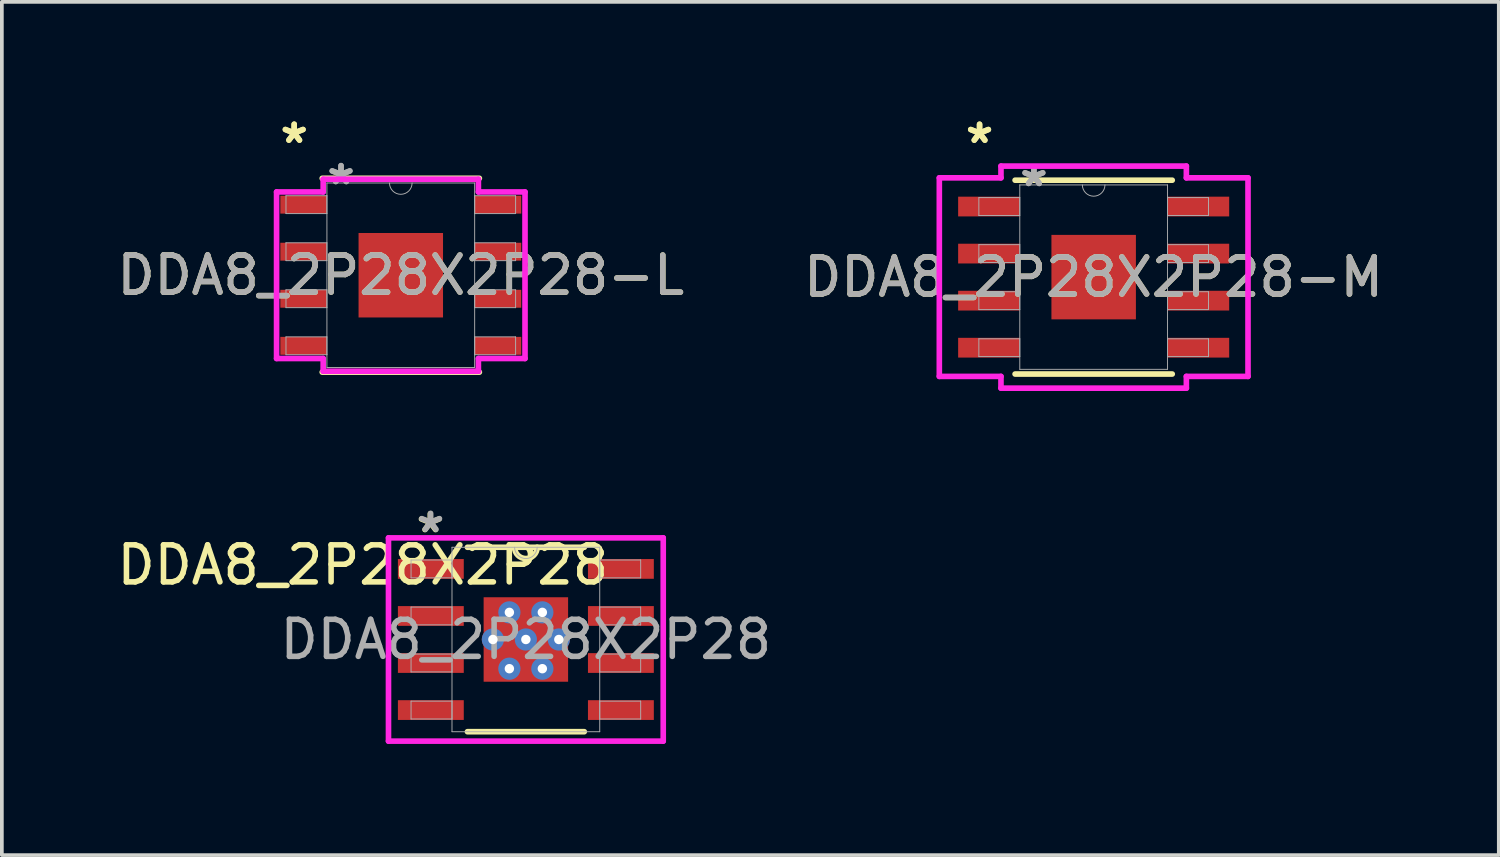
<source format=kicad_pcb>
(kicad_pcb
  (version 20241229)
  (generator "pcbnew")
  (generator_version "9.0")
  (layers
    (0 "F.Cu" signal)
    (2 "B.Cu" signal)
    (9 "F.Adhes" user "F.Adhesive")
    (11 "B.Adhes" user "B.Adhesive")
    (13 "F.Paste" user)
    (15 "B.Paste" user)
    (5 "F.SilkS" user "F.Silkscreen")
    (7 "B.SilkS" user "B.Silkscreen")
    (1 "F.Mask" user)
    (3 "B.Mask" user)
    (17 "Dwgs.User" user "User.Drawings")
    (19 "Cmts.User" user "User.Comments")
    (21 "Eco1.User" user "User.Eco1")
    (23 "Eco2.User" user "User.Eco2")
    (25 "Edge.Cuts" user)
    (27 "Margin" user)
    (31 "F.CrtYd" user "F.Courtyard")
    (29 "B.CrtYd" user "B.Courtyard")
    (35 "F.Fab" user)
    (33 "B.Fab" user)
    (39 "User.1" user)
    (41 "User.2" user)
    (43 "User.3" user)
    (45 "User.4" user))
  (footprint "DDA8_2P28X2P28-M"
    (layer "F.Cu")
    (at 26.47 4.43)
    (property "Reference" "DDA8_2P28X2P28-M" (at 0 0 0) (unlocked yes) (layer "F.SilkS") (effects (font (size 1 1) (thickness 0.15))))
    (attr smd)
    (fp_line (start -2.121 2.616) (end 2.121 2.616) (stroke (width 0.152) (type solid)) (layer "F.SilkS"))
    (fp_line (start 2.121 -2.616) (end -2.121 -2.616) (stroke (width 0.152) (type solid)) (layer "F.SilkS"))
    (fp_line (start -4.166 -2.68) (end -2.502 -2.68) (stroke (width 0.152) (type solid)) (layer "F.CrtYd"))
    (fp_line (start -4.166 2.68) (end -4.166 -2.68) (stroke (width 0.152) (type solid)) (layer "F.CrtYd"))
    (fp_line (start -4.166 2.68) (end -2.502 2.68) (stroke (width 0.152) (type solid)) (layer "F.CrtYd"))
    (fp_line (start -2.502 -2.997) (end 2.502 -2.997) (stroke (width 0.152) (type solid)) (layer "F.CrtYd"))
    (fp_line (start -2.502 -2.68) (end -2.502 -2.997) (stroke (width 0.152) (type solid)) (layer "F.CrtYd"))
    (fp_line (start -2.502 2.997) (end -2.502 2.68) (stroke (width 0.152) (type solid)) (layer "F.CrtYd"))
    (fp_line (start 2.502 -2.997) (end 2.502 -2.68) (stroke (width 0.152) (type solid)) (layer "F.CrtYd"))
    (fp_line (start 2.502 2.68) (end 2.502 2.997) (stroke (width 0.152) (type solid)) (layer "F.CrtYd"))
    (fp_line (start 2.502 2.997) (end -2.502 2.997) (stroke (width 0.152) (type solid)) (layer "F.CrtYd"))
    (fp_line (start 4.166 -2.68) (end 2.502 -2.68) (stroke (width 0.152) (type solid)) (layer "F.CrtYd"))
    (fp_line (start 4.166 -2.68) (end 4.166 2.68) (stroke (width 0.152) (type solid)) (layer "F.CrtYd"))
    (fp_line (start 4.166 2.68) (end 2.502 2.68) (stroke (width 0.152) (type solid)) (layer "F.CrtYd"))
    (fp_line (start -3.099 -2.146) (end -3.099 -1.664) (stroke (width 0.025) (type solid)) (layer "F.Fab"))
    (fp_line (start -3.099 -1.664) (end -1.994 -1.664) (stroke (width 0.025) (type solid)) (layer "F.Fab"))
    (fp_line (start -3.099 -0.876) (end -3.099 -0.394) (stroke (width 0.025) (type solid)) (layer "F.Fab"))
    (fp_line (start -3.099 -0.394) (end -1.994 -0.394) (stroke (width 0.025) (type solid)) (layer "F.Fab"))
    (fp_line (start -3.099 0.394) (end -3.099 0.876) (stroke (width 0.025) (type solid)) (layer "F.Fab"))
    (fp_line (start -3.099 0.876) (end -1.994 0.876) (stroke (width 0.025) (type solid)) (layer "F.Fab"))
    (fp_line (start -3.099 1.664) (end -3.099 2.146) (stroke (width 0.025) (type solid)) (layer "F.Fab"))
    (fp_line (start -3.099 2.146) (end -1.994 2.146) (stroke (width 0.025) (type solid)) (layer "F.Fab"))
    (fp_line (start -1.994 -2.489) (end -1.994 2.489) (stroke (width 0.025) (type solid)) (layer "F.Fab"))
    (fp_line (start -1.994 -2.146) (end -3.099 -2.146) (stroke (width 0.025) (type solid)) (layer "F.Fab"))
    (fp_line (start -1.994 -1.664) (end -1.994 -2.146) (stroke (width 0.025) (type solid)) (layer "F.Fab"))
    (fp_line (start -1.994 -0.876) (end -3.099 -0.876) (stroke (width 0.025) (type solid)) (layer "F.Fab"))
    (fp_line (start -1.994 -0.394) (end -1.994 -0.876) (stroke (width 0.025) (type solid)) (layer "F.Fab"))
    (fp_line (start -1.994 0.394) (end -3.099 0.394) (stroke (width 0.025) (type solid)) (layer "F.Fab"))
    (fp_line (start -1.994 0.876) (end -1.994 0.394) (stroke (width 0.025) (type solid)) (layer "F.Fab"))
    (fp_line (start -1.994 1.664) (end -3.099 1.664) (stroke (width 0.025) (type solid)) (layer "F.Fab"))
    (fp_line (start -1.994 2.146) (end -1.994 1.664) (stroke (width 0.025) (type solid)) (layer "F.Fab"))
    (fp_line (start -1.994 2.489) (end 1.994 2.489) (stroke (width 0.025) (type solid)) (layer "F.Fab"))
    (fp_line (start 1.994 -2.489) (end -1.994 -2.489) (stroke (width 0.025) (type solid)) (layer "F.Fab"))
    (fp_line (start 1.994 -2.146) (end 1.994 -1.664) (stroke (width 0.025) (type solid)) (layer "F.Fab"))
    (fp_line (start 1.994 -1.664) (end 3.099 -1.664) (stroke (width 0.025) (type solid)) (layer "F.Fab"))
    (fp_line (start 1.994 -0.876) (end 1.994 -0.394) (stroke (width 0.025) (type solid)) (layer "F.Fab"))
    (fp_line (start 1.994 -0.394) (end 3.099 -0.394) (stroke (width 0.025) (type solid)) (layer "F.Fab"))
    (fp_line (start 1.994 0.394) (end 1.994 0.876) (stroke (width 0.025) (type solid)) (layer "F.Fab"))
    (fp_line (start 1.994 0.876) (end 3.099 0.876) (stroke (width 0.025) (type solid)) (layer "F.Fab"))
    (fp_line (start 1.994 1.664) (end 1.994 2.146) (stroke (width 0.025) (type solid)) (layer "F.Fab"))
    (fp_line (start 1.994 2.146) (end 3.099 2.146) (stroke (width 0.025) (type solid)) (layer "F.Fab"))
    (fp_line (start 1.994 2.489) (end 1.994 -2.489) (stroke (width 0.025) (type solid)) (layer "F.Fab"))
    (fp_line (start 3.099 -2.146) (end 1.994 -2.146) (stroke (width 0.025) (type solid)) (layer "F.Fab"))
    (fp_line (start 3.099 -1.664) (end 3.099 -2.146) (stroke (width 0.025) (type solid)) (layer "F.Fab"))
    (fp_line (start 3.099 -0.876) (end 1.994 -0.876) (stroke (width 0.025) (type solid)) (layer "F.Fab"))
    (fp_line (start 3.099 -0.394) (end 3.099 -0.876) (stroke (width 0.025) (type solid)) (layer "F.Fab"))
    (fp_line (start 3.099 0.394) (end 1.994 0.394) (stroke (width 0.025) (type solid)) (layer "F.Fab"))
    (fp_line (start 3.099 0.876) (end 3.099 0.394) (stroke (width 0.025) (type solid)) (layer "F.Fab"))
    (fp_line (start 3.099 1.664) (end 1.994 1.664) (stroke (width 0.025) (type solid)) (layer "F.Fab"))
    (fp_line (start 3.099 2.146) (end 3.099 1.664) (stroke (width 0.025) (type solid)) (layer "F.Fab"))
    (fp_arc (start 0.3048 -2.4892) (mid 0 -2.1844) (end -0.3048 -2.4892) (stroke (width 0.0254) (type solid)) (layer "F.Fab"))
    (fp_text user "*" (at -3.08 -3.581 0) (layer "F.SilkS") (effects (font (size 1 1) (thickness 0.15))))
    (fp_text user "*" (at -3.08 -3.581 0) (unlocked yes) (layer "F.SilkS") (effects (font (size 1 1) (thickness 0.15))))
    (fp_text user "${REFERENCE}" (at 0 0 0) (unlocked yes) (layer "F.Fab") (effects (font (size 1 1) (thickness 0.15))))
    (fp_text user "*" (at -1.613 -2.413 0) (layer "F.Fab") (effects (font (size 1 1) (thickness 0.15))))
    (fp_text user "*" (at -1.613 -2.413 0) (unlocked yes) (layer "F.Fab") (effects (font (size 1 1) (thickness 0.15))))
    (pad "1" smd rect (at -2.826 -1.905) (size 1.664 0.533) (layers "F.Cu" "F.Mask" "F.Paste"))
    (pad "2" smd rect (at -2.826 -0.635) (size 1.664 0.533) (layers "F.Cu" "F.Mask" "F.Paste"))
    (pad "3" smd rect (at -2.826 0.635) (size 1.664 0.533) (layers "F.Cu" "F.Mask" "F.Paste"))
    (pad "4" smd rect (at -2.826 1.905) (size 1.664 0.533) (layers "F.Cu" "F.Mask" "F.Paste"))
    (pad "5" smd rect (at 2.826 1.905) (size 1.664 0.533) (layers "F.Cu" "F.Mask" "F.Paste"))
    (pad "6" smd rect (at 2.826 0.635) (size 1.664 0.533) (layers "F.Cu" "F.Mask" "F.Paste"))
    (pad "7" smd rect (at 2.826 -0.635) (size 1.664 0.533) (layers "F.Cu" "F.Mask" "F.Paste"))
    (pad "8" smd rect (at 2.826 -1.905) (size 1.664 0.533) (layers "F.Cu" "F.Mask" "F.Paste"))
    (pad "EPAD" smd rect (at 0 0) (size 2.28 2.28) (layers "F.Cu" "F.Mask" "F.Paste")))
  (footprint "DDA8_2P28X2P28-L"
    (layer "F.Cu")
    (at 7.768 4.379)
    (property "Reference" "DDA8_2P28X2P28-L" (at 0 0 0) (unlocked yes) (layer "F.SilkS") (effects (font (size 1 1) (thickness 0.15))))
    (attr smd)
    (fp_line (start -2.121 2.616) (end 2.121 2.616) (stroke (width 0.152) (type solid)) (layer "F.SilkS"))
    (fp_line (start 2.121 -2.616) (end -2.121 -2.616) (stroke (width 0.152) (type solid)) (layer "F.SilkS"))
    (fp_line (start -3.353 -2.248) (end -2.095 -2.248) (stroke (width 0.152) (type solid)) (layer "F.CrtYd"))
    (fp_line (start -3.353 2.248) (end -3.353 -2.248) (stroke (width 0.152) (type solid)) (layer "F.CrtYd"))
    (fp_line (start -3.353 2.248) (end -2.095 2.248) (stroke (width 0.152) (type solid)) (layer "F.CrtYd"))
    (fp_line (start -2.095 -2.591) (end 2.095 -2.591) (stroke (width 0.152) (type solid)) (layer "F.CrtYd"))
    (fp_line (start -2.095 -2.248) (end -2.095 -2.591) (stroke (width 0.152) (type solid)) (layer "F.CrtYd"))
    (fp_line (start -2.095 2.591) (end -2.095 2.248) (stroke (width 0.152) (type solid)) (layer "F.CrtYd"))
    (fp_line (start 2.095 -2.591) (end 2.095 -2.248) (stroke (width 0.152) (type solid)) (layer "F.CrtYd"))
    (fp_line (start 2.095 2.248) (end 2.095 2.591) (stroke (width 0.152) (type solid)) (layer "F.CrtYd"))
    (fp_line (start 2.095 2.591) (end -2.095 2.591) (stroke (width 0.152) (type solid)) (layer "F.CrtYd"))
    (fp_line (start 3.353 -2.248) (end 2.095 -2.248) (stroke (width 0.152) (type solid)) (layer "F.CrtYd"))
    (fp_line (start 3.353 -2.248) (end 3.353 2.248) (stroke (width 0.152) (type solid)) (layer "F.CrtYd"))
    (fp_line (start 3.353 2.248) (end 2.095 2.248) (stroke (width 0.152) (type solid)) (layer "F.CrtYd"))
    (fp_line (start -3.099 -2.146) (end -3.099 -1.664) (stroke (width 0.025) (type solid)) (layer "F.Fab"))
    (fp_line (start -3.099 -1.664) (end -1.994 -1.664) (stroke (width 0.025) (type solid)) (layer "F.Fab"))
    (fp_line (start -3.099 -0.876) (end -3.099 -0.394) (stroke (width 0.025) (type solid)) (layer "F.Fab"))
    (fp_line (start -3.099 -0.394) (end -1.994 -0.394) (stroke (width 0.025) (type solid)) (layer "F.Fab"))
    (fp_line (start -3.099 0.394) (end -3.099 0.876) (stroke (width 0.025) (type solid)) (layer "F.Fab"))
    (fp_line (start -3.099 0.876) (end -1.994 0.876) (stroke (width 0.025) (type solid)) (layer "F.Fab"))
    (fp_line (start -3.099 1.664) (end -3.099 2.146) (stroke (width 0.025) (type solid)) (layer "F.Fab"))
    (fp_line (start -3.099 2.146) (end -1.994 2.146) (stroke (width 0.025) (type solid)) (layer "F.Fab"))
    (fp_line (start -1.994 -2.489) (end -1.994 2.489) (stroke (width 0.025) (type solid)) (layer "F.Fab"))
    (fp_line (start -1.994 -2.146) (end -3.099 -2.146) (stroke (width 0.025) (type solid)) (layer "F.Fab"))
    (fp_line (start -1.994 -1.664) (end -1.994 -2.146) (stroke (width 0.025) (type solid)) (layer "F.Fab"))
    (fp_line (start -1.994 -0.876) (end -3.099 -0.876) (stroke (width 0.025) (type solid)) (layer "F.Fab"))
    (fp_line (start -1.994 -0.394) (end -1.994 -0.876) (stroke (width 0.025) (type solid)) (layer "F.Fab"))
    (fp_line (start -1.994 0.394) (end -3.099 0.394) (stroke (width 0.025) (type solid)) (layer "F.Fab"))
    (fp_line (start -1.994 0.876) (end -1.994 0.394) (stroke (width 0.025) (type solid)) (layer "F.Fab"))
    (fp_line (start -1.994 1.664) (end -3.099 1.664) (stroke (width 0.025) (type solid)) (layer "F.Fab"))
    (fp_line (start -1.994 2.146) (end -1.994 1.664) (stroke (width 0.025) (type solid)) (layer "F.Fab"))
    (fp_line (start -1.994 2.489) (end 1.994 2.489) (stroke (width 0.025) (type solid)) (layer "F.Fab"))
    (fp_line (start 1.994 -2.489) (end -1.994 -2.489) (stroke (width 0.025) (type solid)) (layer "F.Fab"))
    (fp_line (start 1.994 -2.146) (end 1.994 -1.664) (stroke (width 0.025) (type solid)) (layer "F.Fab"))
    (fp_line (start 1.994 -1.664) (end 3.099 -1.664) (stroke (width 0.025) (type solid)) (layer "F.Fab"))
    (fp_line (start 1.994 -0.876) (end 1.994 -0.394) (stroke (width 0.025) (type solid)) (layer "F.Fab"))
    (fp_line (start 1.994 -0.394) (end 3.099 -0.394) (stroke (width 0.025) (type solid)) (layer "F.Fab"))
    (fp_line (start 1.994 0.394) (end 1.994 0.876) (stroke (width 0.025) (type solid)) (layer "F.Fab"))
    (fp_line (start 1.994 0.876) (end 3.099 0.876) (stroke (width 0.025) (type solid)) (layer "F.Fab"))
    (fp_line (start 1.994 1.664) (end 1.994 2.146) (stroke (width 0.025) (type solid)) (layer "F.Fab"))
    (fp_line (start 1.994 2.146) (end 3.099 2.146) (stroke (width 0.025) (type solid)) (layer "F.Fab"))
    (fp_line (start 1.994 2.489) (end 1.994 -2.489) (stroke (width 0.025) (type solid)) (layer "F.Fab"))
    (fp_line (start 3.099 -2.146) (end 1.994 -2.146) (stroke (width 0.025) (type solid)) (layer "F.Fab"))
    (fp_line (start 3.099 -1.664) (end 3.099 -2.146) (stroke (width 0.025) (type solid)) (layer "F.Fab"))
    (fp_line (start 3.099 -0.876) (end 1.994 -0.876) (stroke (width 0.025) (type solid)) (layer "F.Fab"))
    (fp_line (start 3.099 -0.394) (end 3.099 -0.876) (stroke (width 0.025) (type solid)) (layer "F.Fab"))
    (fp_line (start 3.099 0.394) (end 1.994 0.394) (stroke (width 0.025) (type solid)) (layer "F.Fab"))
    (fp_line (start 3.099 0.876) (end 3.099 0.394) (stroke (width 0.025) (type solid)) (layer "F.Fab"))
    (fp_line (start 3.099 1.664) (end 1.994 1.664) (stroke (width 0.025) (type solid)) (layer "F.Fab"))
    (fp_line (start 3.099 2.146) (end 3.099 1.664) (stroke (width 0.025) (type solid)) (layer "F.Fab"))
    (fp_arc (start 0.3048 -2.4892) (mid 0 -2.1844) (end -0.3048 -2.4892) (stroke (width 0.0254) (type solid)) (layer "F.Fab"))
    (fp_text user "*" (at -2.877 -3.531 0) (layer "F.SilkS") (effects (font (size 1 1) (thickness 0.15))))
    (fp_text user "*" (at -2.877 -3.531 0) (unlocked yes) (layer "F.SilkS") (effects (font (size 1 1) (thickness 0.15))))
    (fp_text user "*" (at -1.613 -2.413 0) (unlocked yes) (layer "F.Fab") (effects (font (size 1 1) (thickness 0.15))))
    (fp_text user "${REFERENCE}" (at 0 0 0) (unlocked yes) (layer "F.Fab") (effects (font (size 1 1) (thickness 0.15))))
    (fp_text user "*" (at -1.613 -2.413 0) (layer "F.Fab") (effects (font (size 1 1) (thickness 0.15))))
    (pad "1" smd rect (at -2.623 -1.905) (size 1.257 0.483) (layers "F.Cu" "F.Mask" "F.Paste"))
    (pad "2" smd rect (at -2.623 -0.635) (size 1.257 0.483) (layers "F.Cu" "F.Mask" "F.Paste"))
    (pad "3" smd rect (at -2.623 0.635) (size 1.257 0.483) (layers "F.Cu" "F.Mask" "F.Paste"))
    (pad "4" smd rect (at -2.623 1.905) (size 1.257 0.483) (layers "F.Cu" "F.Mask" "F.Paste"))
    (pad "5" smd rect (at 2.623 1.905) (size 1.257 0.483) (layers "F.Cu" "F.Mask" "F.Paste"))
    (pad "6" smd rect (at 2.623 0.635) (size 1.257 0.483) (layers "F.Cu" "F.Mask" "F.Paste"))
    (pad "7" smd rect (at 2.623 -0.635) (size 1.257 0.483) (layers "F.Cu" "F.Mask" "F.Paste"))
    (pad "8" smd rect (at 2.623 -1.905) (size 1.257 0.483) (layers "F.Cu" "F.Mask" "F.Paste"))
    (pad "EPAD" smd rect (at 0 0) (size 2.28 2.28) (layers "F.Cu" "F.Mask" "F.Paste")))
  (footprint "DDA8_2P28X2P28"
    (layer "F.Cu")
    (at 11.144 14.211)
    (property "Reference" "DDA8_2P28X2P28" (at -4.4 -2.01 0) (unlocked yes) (layer "F.SilkS") (effects (font (size 1 1) (thickness 0.15))))
    (attr smd)
    (fp_line (start -1.577 2.489) (end 1.577 2.489) (stroke (width 0.152) (type solid)) (layer "F.SilkS"))
    (fp_line (start 1.577 -2.489) (end -1.577 -2.489) (stroke (width 0.152) (type solid)) (layer "F.SilkS"))
    (fp_arc (start 0.3048 -2.4892) (mid 0 -2.1844) (end -0.3048 -2.4892) (stroke (width 0.1524) (type solid)) (layer "F.SilkS"))
    (fp_poly (pts (xy -1.14 -1.14) (xy -1.14 1.14) (xy 1.14 1.14) (xy 1.14 -1.14)) (stroke (width 0) (type solid)) (fill yes) (layer "F.Paste"))
    (fp_line (start -3.708 -2.743) (end 3.708 -2.743) (stroke (width 0.152) (type solid)) (layer "F.CrtYd"))
    (fp_line (start -3.708 2.743) (end -3.708 -2.743) (stroke (width 0.152) (type solid)) (layer "F.CrtYd"))
    (fp_line (start 3.708 -2.743) (end 3.708 2.743) (stroke (width 0.152) (type solid)) (layer "F.CrtYd"))
    (fp_line (start 3.708 2.743) (end -3.708 2.743) (stroke (width 0.152) (type solid)) (layer "F.CrtYd"))
    (fp_line (start -3.099 -2.146) (end -3.099 -1.664) (stroke (width 0.025) (type solid)) (layer "F.Fab"))
    (fp_line (start -3.099 -1.664) (end -1.994 -1.664) (stroke (width 0.025) (type solid)) (layer "F.Fab"))
    (fp_line (start -3.099 -0.876) (end -3.099 -0.394) (stroke (width 0.025) (type solid)) (layer "F.Fab"))
    (fp_line (start -3.099 -0.394) (end -1.994 -0.394) (stroke (width 0.025) (type solid)) (layer "F.Fab"))
    (fp_line (start -3.099 0.394) (end -3.099 0.876) (stroke (width 0.025) (type solid)) (layer "F.Fab"))
    (fp_line (start -3.099 0.876) (end -1.994 0.876) (stroke (width 0.025) (type solid)) (layer "F.Fab"))
    (fp_line (start -3.099 1.664) (end -3.099 2.146) (stroke (width 0.025) (type solid)) (layer "F.Fab"))
    (fp_line (start -3.099 2.146) (end -1.994 2.146) (stroke (width 0.025) (type solid)) (layer "F.Fab"))
    (fp_line (start -1.994 -2.489) (end -1.994 2.489) (stroke (width 0.025) (type solid)) (layer "F.Fab"))
    (fp_line (start -1.994 -2.146) (end -3.099 -2.146) (stroke (width 0.025) (type solid)) (layer "F.Fab"))
    (fp_line (start -1.994 -1.664) (end -1.994 -2.146) (stroke (width 0.025) (type solid)) (layer "F.Fab"))
    (fp_line (start -1.994 -0.876) (end -3.099 -0.876) (stroke (width 0.025) (type solid)) (layer "F.Fab"))
    (fp_line (start -1.994 -0.394) (end -1.994 -0.876) (stroke (width 0.025) (type solid)) (layer "F.Fab"))
    (fp_line (start -1.994 0.394) (end -3.099 0.394) (stroke (width 0.025) (type solid)) (layer "F.Fab"))
    (fp_line (start -1.994 0.876) (end -1.994 0.394) (stroke (width 0.025) (type solid)) (layer "F.Fab"))
    (fp_line (start -1.994 1.664) (end -3.099 1.664) (stroke (width 0.025) (type solid)) (layer "F.Fab"))
    (fp_line (start -1.994 2.146) (end -1.994 1.664) (stroke (width 0.025) (type solid)) (layer "F.Fab"))
    (fp_line (start -1.994 2.489) (end 1.994 2.489) (stroke (width 0.025) (type solid)) (layer "F.Fab"))
    (fp_line (start 1.994 -2.489) (end -1.994 -2.489) (stroke (width 0.025) (type solid)) (layer "F.Fab"))
    (fp_line (start 1.994 -2.146) (end 1.994 -1.664) (stroke (width 0.025) (type solid)) (layer "F.Fab"))
    (fp_line (start 1.994 -1.664) (end 3.099 -1.664) (stroke (width 0.025) (type solid)) (layer "F.Fab"))
    (fp_line (start 1.994 -0.876) (end 1.994 -0.394) (stroke (width 0.025) (type solid)) (layer "F.Fab"))
    (fp_line (start 1.994 -0.394) (end 3.099 -0.394) (stroke (width 0.025) (type solid)) (layer "F.Fab"))
    (fp_line (start 1.994 0.394) (end 1.994 0.876) (stroke (width 0.025) (type solid)) (layer "F.Fab"))
    (fp_line (start 1.994 0.876) (end 3.099 0.876) (stroke (width 0.025) (type solid)) (layer "F.Fab"))
    (fp_line (start 1.994 1.664) (end 1.994 2.146) (stroke (width 0.025) (type solid)) (layer "F.Fab"))
    (fp_line (start 1.994 2.146) (end 3.099 2.146) (stroke (width 0.025) (type solid)) (layer "F.Fab"))
    (fp_line (start 1.994 2.489) (end 1.994 -2.489) (stroke (width 0.025) (type solid)) (layer "F.Fab"))
    (fp_line (start 3.099 -2.146) (end 1.994 -2.146) (stroke (width 0.025) (type solid)) (layer "F.Fab"))
    (fp_line (start 3.099 -1.664) (end 3.099 -2.146) (stroke (width 0.025) (type solid)) (layer "F.Fab"))
    (fp_line (start 3.099 -0.876) (end 1.994 -0.876) (stroke (width 0.025) (type solid)) (layer "F.Fab"))
    (fp_line (start 3.099 -0.394) (end 3.099 -0.876) (stroke (width 0.025) (type solid)) (layer "F.Fab"))
    (fp_line (start 3.099 0.394) (end 1.994 0.394) (stroke (width 0.025) (type solid)) (layer "F.Fab"))
    (fp_line (start 3.099 0.876) (end 3.099 0.394) (stroke (width 0.025) (type solid)) (layer "F.Fab"))
    (fp_line (start 3.099 1.664) (end 1.994 1.664) (stroke (width 0.025) (type solid)) (layer "F.Fab"))
    (fp_line (start 3.099 2.146) (end 3.099 1.664) (stroke (width 0.025) (type solid)) (layer "F.Fab"))
    (fp_arc (start 0.3048 -2.4892) (mid 0 -2.1844) (end -0.3048 -2.4892) (stroke (width 0.0254) (type solid)) (layer "F.Fab"))
    (fp_text user "*" (at -2.58 -2.85 0) (layer "F.SilkS") (effects (font (size 1 1) (thickness 0.15))))
    (fp_text user "*" (at -2.57 -2.86 0) (unlocked yes) (layer "F.Fab") (effects (font (size 1 1) (thickness 0.15))))
    (fp_text user "${REFERENCE}" (at 0 0 0) (unlocked yes) (layer "F.Fab") (effects (font (size 1 1) (thickness 0.15))))
    (pad "1" smd rect (at -2.565 -1.905) (size 1.778 0.533) (layers "F.Cu" "F.Mask" "F.Paste"))
    (pad "2" smd rect (at -2.565 -0.635) (size 1.778 0.533) (layers "F.Cu" "F.Mask" "F.Paste"))
    (pad "3" smd rect (at -2.565 0.635) (size 1.778 0.533) (layers "F.Cu" "F.Mask" "F.Paste"))
    (pad "4" smd rect (at -2.565 1.905) (size 1.778 0.533) (layers "F.Cu" "F.Mask" "F.Paste"))
    (pad "5" smd rect (at 2.565 1.905) (size 1.778 0.533) (layers "F.Cu" "F.Mask" "F.Paste"))
    (pad "6" smd rect (at 2.565 0.635) (size 1.778 0.533) (layers "F.Cu" "F.Mask" "F.Paste"))
    (pad "7" smd rect (at 2.565 -0.635) (size 1.778 0.533) (layers "F.Cu" "F.Mask" "F.Paste"))
    (pad "8" smd rect (at 2.565 -1.905) (size 1.778 0.533) (layers "F.Cu" "F.Mask" "F.Paste"))
    (pad "EPAD" thru_hole circle (at -0.89 0) (size 0.6 0.6) (drill 0.254) (property pad_prop_heatsink) (layers "*.Cu" "*.Mask"))
    (pad "EPAD" thru_hole circle (at -0.445 -0.732) (size 0.6 0.6) (drill 0.254) (property pad_prop_heatsink) (layers "*.Cu" "*.Mask"))
    (pad "EPAD" thru_hole circle (at -0.445 0.788) (size 0.6 0.6) (drill 0.254) (property pad_prop_heatsink) (layers "*.Cu" "*.Mask"))
    (pad "EPAD" thru_hole circle (at 0 0) (size 0.6 0.6) (drill 0.254) (property pad_prop_heatsink) (layers "*.Cu" "*.Mask"))
    (pad "EPAD" smd rect (at 0 0) (size 2.28 2.28) (layers "F.Cu" "F.Mask" "F.Paste"))
    (pad "EPAD" thru_hole circle (at 0.445 -0.732) (size 0.6 0.6) (drill 0.254) (property pad_prop_heatsink) (layers "*.Cu" "*.Mask"))
    (pad "EPAD" thru_hole circle (at 0.445 0.788) (size 0.6 0.6) (drill 0.254) (property pad_prop_heatsink) (layers "*.Cu" "*.Mask"))
    (pad "EPAD" thru_hole circle (at 0.89 0) (size 0.6 0.6) (drill 0.254) (property pad_prop_heatsink) (layers "*.Cu" "*.Mask")))
  (gr_rect
    (start -3 -3)
    (end 37.405 20.031)
    (stroke (width 0.1) (type default))
    (fill no)
    (layer "Edge.Cuts")))
</source>
